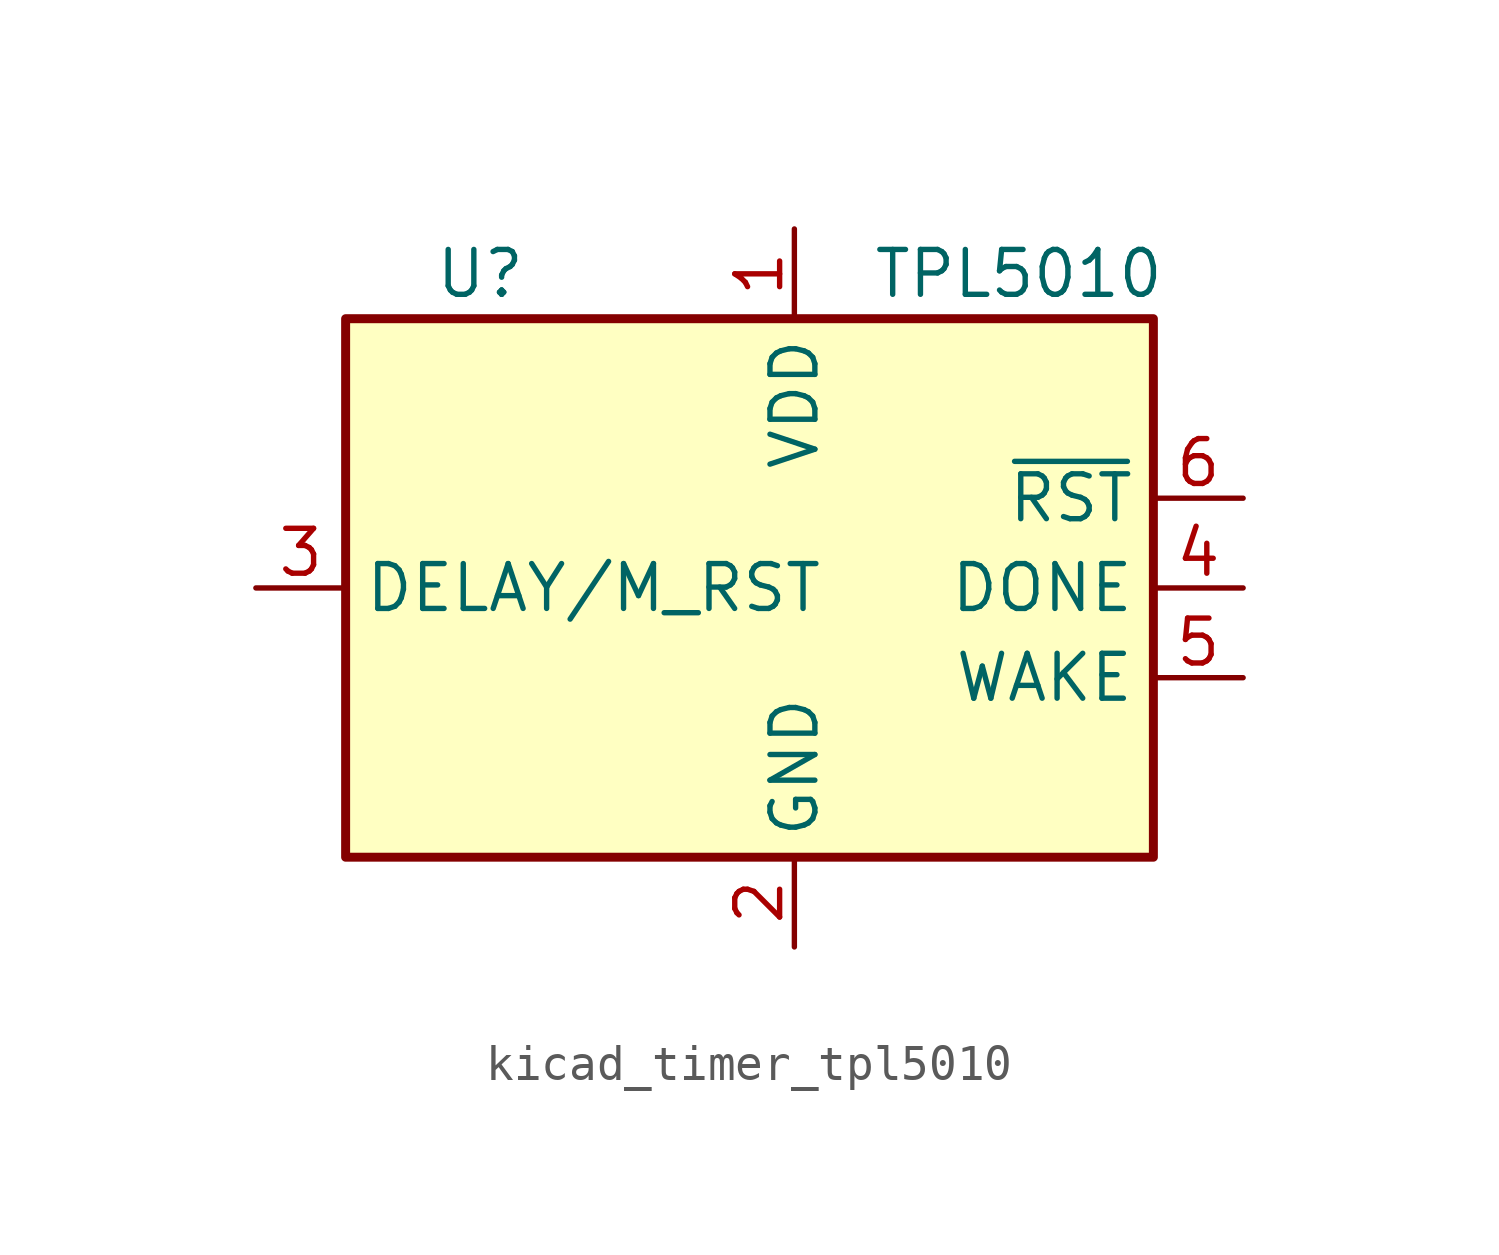
<source format=kicad_sym>
(kicad_symbol_lib
  (version 20220914)
  (generator kicad_symbol_editor)
  (symbol "kicad_timer_tpl5010"
    (property "Reference" "U"
      (at -8.89 8.89 0)
      (effects (font (size 1.27 1.27))))
    (property "Value" "TPL5010"
      (at 6.35 8.89 0)
      (effects (font (size 1.27 1.27))))
    (symbol "kicad_timer_tpl5010_0_1"
      (rectangle (start -12.7 7.62) (end 10.16 -7.62) (stroke (width 0.254) (type default)) (fill (type background))))
    (symbol "kicad_timer_tpl5010_1_1"
      (pin power_in line (at 0 10.16 270) (length 2.54) (name "VDD" (effects (font (size 1.27 1.27)))) (number "1" (effects (font (size 1.27 1.27)))))
      (pin power_in line (at 0 -10.16 90) (length 2.54) (name "GND" (effects (font (size 1.27 1.27)))) (number "2" (effects (font (size 1.27 1.27)))))
      (pin input line (at -15.24 0 0) (length 2.54) (name "DELAY/M_RST" (effects (font (size 1.27 1.27)))) (number "3" (effects (font (size 1.27 1.27)))))
      (pin input line (at 12.7 0 180) (length 2.54) (name "DONE" (effects (font (size 1.27 1.27)))) (number "4" (effects (font (size 1.27 1.27)))))
      (pin output line (at 12.7 -2.54 180) (length 2.54) (name "WAKE" (effects (font (size 1.27 1.27)))) (number "5" (effects (font (size 1.27 1.27)))))
      (pin open_collector line (at 12.7 2.54 180) (length 2.54) (name "~{RST}" (effects (font (size 1.27 1.27)))) (number "6" (effects (font (size 1.27 1.27))))))))
</source>
